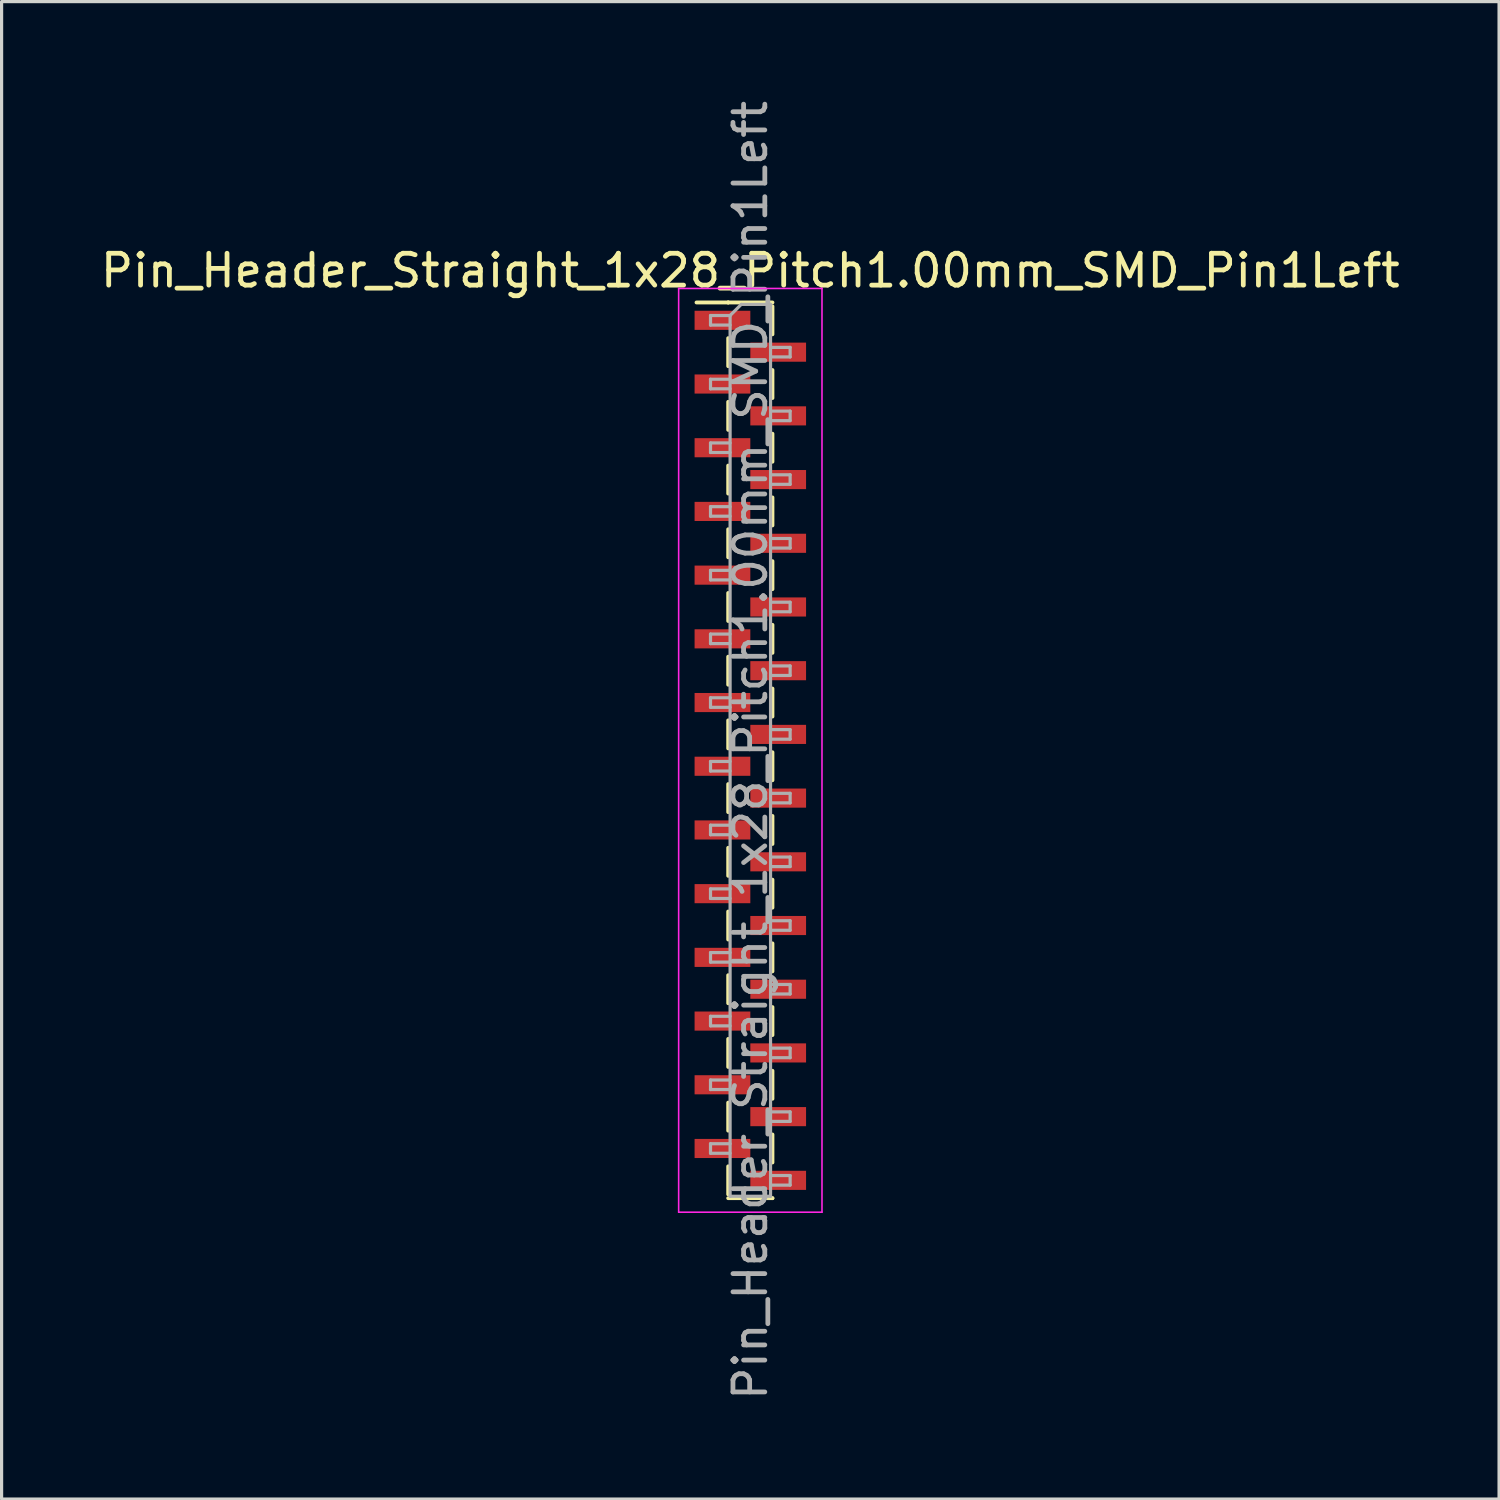
<source format=kicad_pcb>
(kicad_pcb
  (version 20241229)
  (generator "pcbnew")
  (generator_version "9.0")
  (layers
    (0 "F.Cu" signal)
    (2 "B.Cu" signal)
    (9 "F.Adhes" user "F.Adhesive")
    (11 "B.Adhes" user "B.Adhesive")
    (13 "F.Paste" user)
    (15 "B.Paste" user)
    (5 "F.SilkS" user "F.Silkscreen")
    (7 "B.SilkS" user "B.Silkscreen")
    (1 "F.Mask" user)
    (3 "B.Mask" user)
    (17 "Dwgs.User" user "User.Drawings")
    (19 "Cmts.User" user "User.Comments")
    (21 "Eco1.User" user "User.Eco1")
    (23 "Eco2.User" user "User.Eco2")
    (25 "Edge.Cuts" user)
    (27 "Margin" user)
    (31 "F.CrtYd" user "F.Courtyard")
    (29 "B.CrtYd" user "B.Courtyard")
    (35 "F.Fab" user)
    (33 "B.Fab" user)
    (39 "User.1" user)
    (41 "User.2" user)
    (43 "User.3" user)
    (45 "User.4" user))
  (footprint "Pin_Header_Straight_1x28_Pitch1.00mm_SMD_Pin1Left"
    (layer "F.Cu")
    (at 20.506 20.506)
    (property "Reference" "Pin_Header_Straight_1x28_Pitch1.00mm_SMD_Pin1Left" (at 0 -15.06 0) (layer "F.SilkS") (effects (font (size 1 1) (thickness 0.15))))
    (attr smd)
    (fp_line (start -0.695 -14.06) (end -1.69 -14.06) (stroke (width 0.12) (type solid)) (layer "F.SilkS"))
    (fp_line (start -0.695 -14.06) (end -0.695 -14.06) (stroke (width 0.12) (type solid)) (layer "F.SilkS"))
    (fp_line (start -0.695 -14.06) (end 0.695 -14.06) (stroke (width 0.12) (type solid)) (layer "F.SilkS"))
    (fp_line (start -0.695 -12.94) (end -0.695 -12.06) (stroke (width 0.12) (type solid)) (layer "F.SilkS"))
    (fp_line (start -0.695 -10.94) (end -0.695 -10.06) (stroke (width 0.12) (type solid)) (layer "F.SilkS"))
    (fp_line (start -0.695 -8.94) (end -0.695 -8.06) (stroke (width 0.12) (type solid)) (layer "F.SilkS"))
    (fp_line (start -0.695 -6.94) (end -0.695 -6.06) (stroke (width 0.12) (type solid)) (layer "F.SilkS"))
    (fp_line (start -0.695 -4.94) (end -0.695 -4.06) (stroke (width 0.12) (type solid)) (layer "F.SilkS"))
    (fp_line (start -0.695 -2.94) (end -0.695 -2.06) (stroke (width 0.12) (type solid)) (layer "F.SilkS"))
    (fp_line (start -0.695 -0.94) (end -0.695 -0.06) (stroke (width 0.12) (type solid)) (layer "F.SilkS"))
    (fp_line (start -0.695 1.06) (end -0.695 1.94) (stroke (width 0.12) (type solid)) (layer "F.SilkS"))
    (fp_line (start -0.695 3.06) (end -0.695 3.94) (stroke (width 0.12) (type solid)) (layer "F.SilkS"))
    (fp_line (start -0.695 5.06) (end -0.695 5.94) (stroke (width 0.12) (type solid)) (layer "F.SilkS"))
    (fp_line (start -0.695 7.06) (end -0.695 7.94) (stroke (width 0.12) (type solid)) (layer "F.SilkS"))
    (fp_line (start -0.695 9.06) (end -0.695 9.94) (stroke (width 0.12) (type solid)) (layer "F.SilkS"))
    (fp_line (start -0.695 11.06) (end -0.695 11.94) (stroke (width 0.12) (type solid)) (layer "F.SilkS"))
    (fp_line (start -0.695 13.06) (end -0.695 13.94) (stroke (width 0.12) (type solid)) (layer "F.SilkS"))
    (fp_line (start -0.695 14.06) (end 0.695 14.06) (stroke (width 0.12) (type solid)) (layer "F.SilkS"))
    (fp_line (start 0.695 -13.94) (end 0.695 -13.06) (stroke (width 0.12) (type solid)) (layer "F.SilkS"))
    (fp_line (start 0.695 -11.94) (end 0.695 -11.06) (stroke (width 0.12) (type solid)) (layer "F.SilkS"))
    (fp_line (start 0.695 -9.94) (end 0.695 -9.06) (stroke (width 0.12) (type solid)) (layer "F.SilkS"))
    (fp_line (start 0.695 -7.94) (end 0.695 -7.06) (stroke (width 0.12) (type solid)) (layer "F.SilkS"))
    (fp_line (start 0.695 -5.94) (end 0.695 -5.06) (stroke (width 0.12) (type solid)) (layer "F.SilkS"))
    (fp_line (start 0.695 -3.94) (end 0.695 -3.06) (stroke (width 0.12) (type solid)) (layer "F.SilkS"))
    (fp_line (start 0.695 -1.94) (end 0.695 -1.06) (stroke (width 0.12) (type solid)) (layer "F.SilkS"))
    (fp_line (start 0.695 0.06) (end 0.695 0.94) (stroke (width 0.12) (type solid)) (layer "F.SilkS"))
    (fp_line (start 0.695 2.06) (end 0.695 2.94) (stroke (width 0.12) (type solid)) (layer "F.SilkS"))
    (fp_line (start 0.695 4.06) (end 0.695 4.94) (stroke (width 0.12) (type solid)) (layer "F.SilkS"))
    (fp_line (start 0.695 6.06) (end 0.695 6.94) (stroke (width 0.12) (type solid)) (layer "F.SilkS"))
    (fp_line (start 0.695 8.06) (end 0.695 8.94) (stroke (width 0.12) (type solid)) (layer "F.SilkS"))
    (fp_line (start 0.695 10.06) (end 0.695 10.94) (stroke (width 0.12) (type solid)) (layer "F.SilkS"))
    (fp_line (start 0.695 12.06) (end 0.695 12.94) (stroke (width 0.12) (type solid)) (layer "F.SilkS"))
    (fp_line (start 0.695 14.06) (end 0.695 14.06) (stroke (width 0.12) (type solid)) (layer "F.SilkS"))
    (fp_line (start -2.25 -14.5) (end -2.25 14.5) (stroke (width 0.05) (type solid)) (layer "F.CrtYd"))
    (fp_line (start -2.25 14.5) (end 2.25 14.5) (stroke (width 0.05) (type solid)) (layer "F.CrtYd"))
    (fp_line (start 2.25 -14.5) (end -2.25 -14.5) (stroke (width 0.05) (type solid)) (layer "F.CrtYd"))
    (fp_line (start 2.25 14.5) (end 2.25 -14.5) (stroke (width 0.05) (type solid)) (layer "F.CrtYd"))
    (fp_line (start -1.25 -13.65) (end -1.25 -13.35) (stroke (width 0.1) (type solid)) (layer "F.Fab"))
    (fp_line (start -1.25 -13.35) (end -0.635 -13.35) (stroke (width 0.1) (type solid)) (layer "F.Fab"))
    (fp_line (start -1.25 -11.65) (end -1.25 -11.35) (stroke (width 0.1) (type solid)) (layer "F.Fab"))
    (fp_line (start -1.25 -11.35) (end -0.635 -11.35) (stroke (width 0.1) (type solid)) (layer "F.Fab"))
    (fp_line (start -1.25 -9.65) (end -1.25 -9.35) (stroke (width 0.1) (type solid)) (layer "F.Fab"))
    (fp_line (start -1.25 -9.35) (end -0.635 -9.35) (stroke (width 0.1) (type solid)) (layer "F.Fab"))
    (fp_line (start -1.25 -7.65) (end -1.25 -7.35) (stroke (width 0.1) (type solid)) (layer "F.Fab"))
    (fp_line (start -1.25 -7.35) (end -0.635 -7.35) (stroke (width 0.1) (type solid)) (layer "F.Fab"))
    (fp_line (start -1.25 -5.65) (end -1.25 -5.35) (stroke (width 0.1) (type solid)) (layer "F.Fab"))
    (fp_line (start -1.25 -5.35) (end -0.635 -5.35) (stroke (width 0.1) (type solid)) (layer "F.Fab"))
    (fp_line (start -1.25 -3.65) (end -1.25 -3.35) (stroke (width 0.1) (type solid)) (layer "F.Fab"))
    (fp_line (start -1.25 -3.35) (end -0.635 -3.35) (stroke (width 0.1) (type solid)) (layer "F.Fab"))
    (fp_line (start -1.25 -1.65) (end -1.25 -1.35) (stroke (width 0.1) (type solid)) (layer "F.Fab"))
    (fp_line (start -1.25 -1.35) (end -0.635 -1.35) (stroke (width 0.1) (type solid)) (layer "F.Fab"))
    (fp_line (start -1.25 0.35) (end -1.25 0.65) (stroke (width 0.1) (type solid)) (layer "F.Fab"))
    (fp_line (start -1.25 0.65) (end -0.635 0.65) (stroke (width 0.1) (type solid)) (layer "F.Fab"))
    (fp_line (start -1.25 2.35) (end -1.25 2.65) (stroke (width 0.1) (type solid)) (layer "F.Fab"))
    (fp_line (start -1.25 2.65) (end -0.635 2.65) (stroke (width 0.1) (type solid)) (layer "F.Fab"))
    (fp_line (start -1.25 4.35) (end -1.25 4.65) (stroke (width 0.1) (type solid)) (layer "F.Fab"))
    (fp_line (start -1.25 4.65) (end -0.635 4.65) (stroke (width 0.1) (type solid)) (layer "F.Fab"))
    (fp_line (start -1.25 6.35) (end -1.25 6.65) (stroke (width 0.1) (type solid)) (layer "F.Fab"))
    (fp_line (start -1.25 6.65) (end -0.635 6.65) (stroke (width 0.1) (type solid)) (layer "F.Fab"))
    (fp_line (start -1.25 8.35) (end -1.25 8.65) (stroke (width 0.1) (type solid)) (layer "F.Fab"))
    (fp_line (start -1.25 8.65) (end -0.635 8.65) (stroke (width 0.1) (type solid)) (layer "F.Fab"))
    (fp_line (start -1.25 10.35) (end -1.25 10.65) (stroke (width 0.1) (type solid)) (layer "F.Fab"))
    (fp_line (start -1.25 10.65) (end -0.635 10.65) (stroke (width 0.1) (type solid)) (layer "F.Fab"))
    (fp_line (start -1.25 12.35) (end -1.25 12.65) (stroke (width 0.1) (type solid)) (layer "F.Fab"))
    (fp_line (start -1.25 12.65) (end -0.635 12.65) (stroke (width 0.1) (type solid)) (layer "F.Fab"))
    (fp_line (start -0.635 -13.65) (end -1.25 -13.65) (stroke (width 0.1) (type solid)) (layer "F.Fab"))
    (fp_line (start -0.635 -13.65) (end -0.285 -14) (stroke (width 0.1) (type solid)) (layer "F.Fab"))
    (fp_line (start -0.635 -11.65) (end -1.25 -11.65) (stroke (width 0.1) (type solid)) (layer "F.Fab"))
    (fp_line (start -0.635 -9.65) (end -1.25 -9.65) (stroke (width 0.1) (type solid)) (layer "F.Fab"))
    (fp_line (start -0.635 -7.65) (end -1.25 -7.65) (stroke (width 0.1) (type solid)) (layer "F.Fab"))
    (fp_line (start -0.635 -5.65) (end -1.25 -5.65) (stroke (width 0.1) (type solid)) (layer "F.Fab"))
    (fp_line (start -0.635 -3.65) (end -1.25 -3.65) (stroke (width 0.1) (type solid)) (layer "F.Fab"))
    (fp_line (start -0.635 -1.65) (end -1.25 -1.65) (stroke (width 0.1) (type solid)) (layer "F.Fab"))
    (fp_line (start -0.635 0.35) (end -1.25 0.35) (stroke (width 0.1) (type solid)) (layer "F.Fab"))
    (fp_line (start -0.635 2.35) (end -1.25 2.35) (stroke (width 0.1) (type solid)) (layer "F.Fab"))
    (fp_line (start -0.635 4.35) (end -1.25 4.35) (stroke (width 0.1) (type solid)) (layer "F.Fab"))
    (fp_line (start -0.635 6.35) (end -1.25 6.35) (stroke (width 0.1) (type solid)) (layer "F.Fab"))
    (fp_line (start -0.635 8.35) (end -1.25 8.35) (stroke (width 0.1) (type solid)) (layer "F.Fab"))
    (fp_line (start -0.635 10.35) (end -1.25 10.35) (stroke (width 0.1) (type solid)) (layer "F.Fab"))
    (fp_line (start -0.635 12.35) (end -1.25 12.35) (stroke (width 0.1) (type solid)) (layer "F.Fab"))
    (fp_line (start -0.635 14) (end -0.635 -13.65) (stroke (width 0.1) (type solid)) (layer "F.Fab"))
    (fp_line (start -0.285 -14) (end 0.635 -14) (stroke (width 0.1) (type solid)) (layer "F.Fab"))
    (fp_line (start 0.635 -14) (end 0.635 14) (stroke (width 0.1) (type solid)) (layer "F.Fab"))
    (fp_line (start 0.635 -12.65) (end 1.25 -12.65) (stroke (width 0.1) (type solid)) (layer "F.Fab"))
    (fp_line (start 0.635 -10.65) (end 1.25 -10.65) (stroke (width 0.1) (type solid)) (layer "F.Fab"))
    (fp_line (start 0.635 -8.65) (end 1.25 -8.65) (stroke (width 0.1) (type solid)) (layer "F.Fab"))
    (fp_line (start 0.635 -6.65) (end 1.25 -6.65) (stroke (width 0.1) (type solid)) (layer "F.Fab"))
    (fp_line (start 0.635 -4.65) (end 1.25 -4.65) (stroke (width 0.1) (type solid)) (layer "F.Fab"))
    (fp_line (start 0.635 -2.65) (end 1.25 -2.65) (stroke (width 0.1) (type solid)) (layer "F.Fab"))
    (fp_line (start 0.635 -0.65) (end 1.25 -0.65) (stroke (width 0.1) (type solid)) (layer "F.Fab"))
    (fp_line (start 0.635 1.35) (end 1.25 1.35) (stroke (width 0.1) (type solid)) (layer "F.Fab"))
    (fp_line (start 0.635 3.35) (end 1.25 3.35) (stroke (width 0.1) (type solid)) (layer "F.Fab"))
    (fp_line (start 0.635 5.35) (end 1.25 5.35) (stroke (width 0.1) (type solid)) (layer "F.Fab"))
    (fp_line (start 0.635 7.35) (end 1.25 7.35) (stroke (width 0.1) (type solid)) (layer "F.Fab"))
    (fp_line (start 0.635 9.35) (end 1.25 9.35) (stroke (width 0.1) (type solid)) (layer "F.Fab"))
    (fp_line (start 0.635 11.35) (end 1.25 11.35) (stroke (width 0.1) (type solid)) (layer "F.Fab"))
    (fp_line (start 0.635 13.35) (end 1.25 13.35) (stroke (width 0.1) (type solid)) (layer "F.Fab"))
    (fp_line (start 0.635 14) (end -0.635 14) (stroke (width 0.1) (type solid)) (layer "F.Fab"))
    (fp_line (start 1.25 -12.65) (end 1.25 -12.35) (stroke (width 0.1) (type solid)) (layer "F.Fab"))
    (fp_line (start 1.25 -12.35) (end 0.635 -12.35) (stroke (width 0.1) (type solid)) (layer "F.Fab"))
    (fp_line (start 1.25 -10.65) (end 1.25 -10.35) (stroke (width 0.1) (type solid)) (layer "F.Fab"))
    (fp_line (start 1.25 -10.35) (end 0.635 -10.35) (stroke (width 0.1) (type solid)) (layer "F.Fab"))
    (fp_line (start 1.25 -8.65) (end 1.25 -8.35) (stroke (width 0.1) (type solid)) (layer "F.Fab"))
    (fp_line (start 1.25 -8.35) (end 0.635 -8.35) (stroke (width 0.1) (type solid)) (layer "F.Fab"))
    (fp_line (start 1.25 -6.65) (end 1.25 -6.35) (stroke (width 0.1) (type solid)) (layer "F.Fab"))
    (fp_line (start 1.25 -6.35) (end 0.635 -6.35) (stroke (width 0.1) (type solid)) (layer "F.Fab"))
    (fp_line (start 1.25 -4.65) (end 1.25 -4.35) (stroke (width 0.1) (type solid)) (layer "F.Fab"))
    (fp_line (start 1.25 -4.35) (end 0.635 -4.35) (stroke (width 0.1) (type solid)) (layer "F.Fab"))
    (fp_line (start 1.25 -2.65) (end 1.25 -2.35) (stroke (width 0.1) (type solid)) (layer "F.Fab"))
    (fp_line (start 1.25 -2.35) (end 0.635 -2.35) (stroke (width 0.1) (type solid)) (layer "F.Fab"))
    (fp_line (start 1.25 -0.65) (end 1.25 -0.35) (stroke (width 0.1) (type solid)) (layer "F.Fab"))
    (fp_line (start 1.25 -0.35) (end 0.635 -0.35) (stroke (width 0.1) (type solid)) (layer "F.Fab"))
    (fp_line (start 1.25 1.35) (end 1.25 1.65) (stroke (width 0.1) (type solid)) (layer "F.Fab"))
    (fp_line (start 1.25 1.65) (end 0.635 1.65) (stroke (width 0.1) (type solid)) (layer "F.Fab"))
    (fp_line (start 1.25 3.35) (end 1.25 3.65) (stroke (width 0.1) (type solid)) (layer "F.Fab"))
    (fp_line (start 1.25 3.65) (end 0.635 3.65) (stroke (width 0.1) (type solid)) (layer "F.Fab"))
    (fp_line (start 1.25 5.35) (end 1.25 5.65) (stroke (width 0.1) (type solid)) (layer "F.Fab"))
    (fp_line (start 1.25 5.65) (end 0.635 5.65) (stroke (width 0.1) (type solid)) (layer "F.Fab"))
    (fp_line (start 1.25 7.35) (end 1.25 7.65) (stroke (width 0.1) (type solid)) (layer "F.Fab"))
    (fp_line (start 1.25 7.65) (end 0.635 7.65) (stroke (width 0.1) (type solid)) (layer "F.Fab"))
    (fp_line (start 1.25 9.35) (end 1.25 9.65) (stroke (width 0.1) (type solid)) (layer "F.Fab"))
    (fp_line (start 1.25 9.65) (end 0.635 9.65) (stroke (width 0.1) (type solid)) (layer "F.Fab"))
    (fp_line (start 1.25 11.35) (end 1.25 11.65) (stroke (width 0.1) (type solid)) (layer "F.Fab"))
    (fp_line (start 1.25 11.65) (end 0.635 11.65) (stroke (width 0.1) (type solid)) (layer "F.Fab"))
    (fp_line (start 1.25 13.35) (end 1.25 13.65) (stroke (width 0.1) (type solid)) (layer "F.Fab"))
    (fp_line (start 1.25 13.65) (end 0.635 13.65) (stroke (width 0.1) (type solid)) (layer "F.Fab"))
    (fp_text user "${REFERENCE}" (at 0 0 90) (layer "F.Fab") (effects (font (size 1 1) (thickness 0.15))))
    (pad "1" smd rect (at -0.875 -13.5) (size 1.75 0.6) (layers "F.Cu" "F.Mask" "F.Paste"))
    (pad "2" smd rect (at 0.875 -12.5) (size 1.75 0.6) (layers "F.Cu" "F.Mask" "F.Paste"))
    (pad "3" smd rect (at -0.875 -11.5) (size 1.75 0.6) (layers "F.Cu" "F.Mask" "F.Paste"))
    (pad "4" smd rect (at 0.875 -10.5) (size 1.75 0.6) (layers "F.Cu" "F.Mask" "F.Paste"))
    (pad "5" smd rect (at -0.875 -9.5) (size 1.75 0.6) (layers "F.Cu" "F.Mask" "F.Paste"))
    (pad "6" smd rect (at 0.875 -8.5) (size 1.75 0.6) (layers "F.Cu" "F.Mask" "F.Paste"))
    (pad "7" smd rect (at -0.875 -7.5) (size 1.75 0.6) (layers "F.Cu" "F.Mask" "F.Paste"))
    (pad "8" smd rect (at 0.875 -6.5) (size 1.75 0.6) (layers "F.Cu" "F.Mask" "F.Paste"))
    (pad "9" smd rect (at -0.875 -5.5) (size 1.75 0.6) (layers "F.Cu" "F.Mask" "F.Paste"))
    (pad "10" smd rect (at 0.875 -4.5) (size 1.75 0.6) (layers "F.Cu" "F.Mask" "F.Paste"))
    (pad "11" smd rect (at -0.875 -3.5) (size 1.75 0.6) (layers "F.Cu" "F.Mask" "F.Paste"))
    (pad "12" smd rect (at 0.875 -2.5) (size 1.75 0.6) (layers "F.Cu" "F.Mask" "F.Paste"))
    (pad "13" smd rect (at -0.875 -1.5) (size 1.75 0.6) (layers "F.Cu" "F.Mask" "F.Paste"))
    (pad "14" smd rect (at 0.875 -0.5) (size 1.75 0.6) (layers "F.Cu" "F.Mask" "F.Paste"))
    (pad "15" smd rect (at -0.875 0.5) (size 1.75 0.6) (layers "F.Cu" "F.Mask" "F.Paste"))
    (pad "16" smd rect (at 0.875 1.5) (size 1.75 0.6) (layers "F.Cu" "F.Mask" "F.Paste"))
    (pad "17" smd rect (at -0.875 2.5) (size 1.75 0.6) (layers "F.Cu" "F.Mask" "F.Paste"))
    (pad "18" smd rect (at 0.875 3.5) (size 1.75 0.6) (layers "F.Cu" "F.Mask" "F.Paste"))
    (pad "19" smd rect (at -0.875 4.5) (size 1.75 0.6) (layers "F.Cu" "F.Mask" "F.Paste"))
    (pad "20" smd rect (at 0.875 5.5) (size 1.75 0.6) (layers "F.Cu" "F.Mask" "F.Paste"))
    (pad "21" smd rect (at -0.875 6.5) (size 1.75 0.6) (layers "F.Cu" "F.Mask" "F.Paste"))
    (pad "22" smd rect (at 0.875 7.5) (size 1.75 0.6) (layers "F.Cu" "F.Mask" "F.Paste"))
    (pad "23" smd rect (at -0.875 8.5) (size 1.75 0.6) (layers "F.Cu" "F.Mask" "F.Paste"))
    (pad "24" smd rect (at 0.875 9.5) (size 1.75 0.6) (layers "F.Cu" "F.Mask" "F.Paste"))
    (pad "25" smd rect (at -0.875 10.5) (size 1.75 0.6) (layers "F.Cu" "F.Mask" "F.Paste"))
    (pad "26" smd rect (at 0.875 11.5) (size 1.75 0.6) (layers "F.Cu" "F.Mask" "F.Paste"))
    (pad "27" smd rect (at -0.875 12.5) (size 1.75 0.6) (layers "F.Cu" "F.Mask" "F.Paste"))
    (pad "28" smd rect (at 0.875 13.5) (size 1.75 0.6) (layers "F.Cu" "F.Mask" "F.Paste")))
  (gr_rect
    (start -3 -3)
    (end 44.012 44.012)
    (stroke (width 0.1) (type default))
    (fill no)
    (layer "Edge.Cuts")))
</source>
